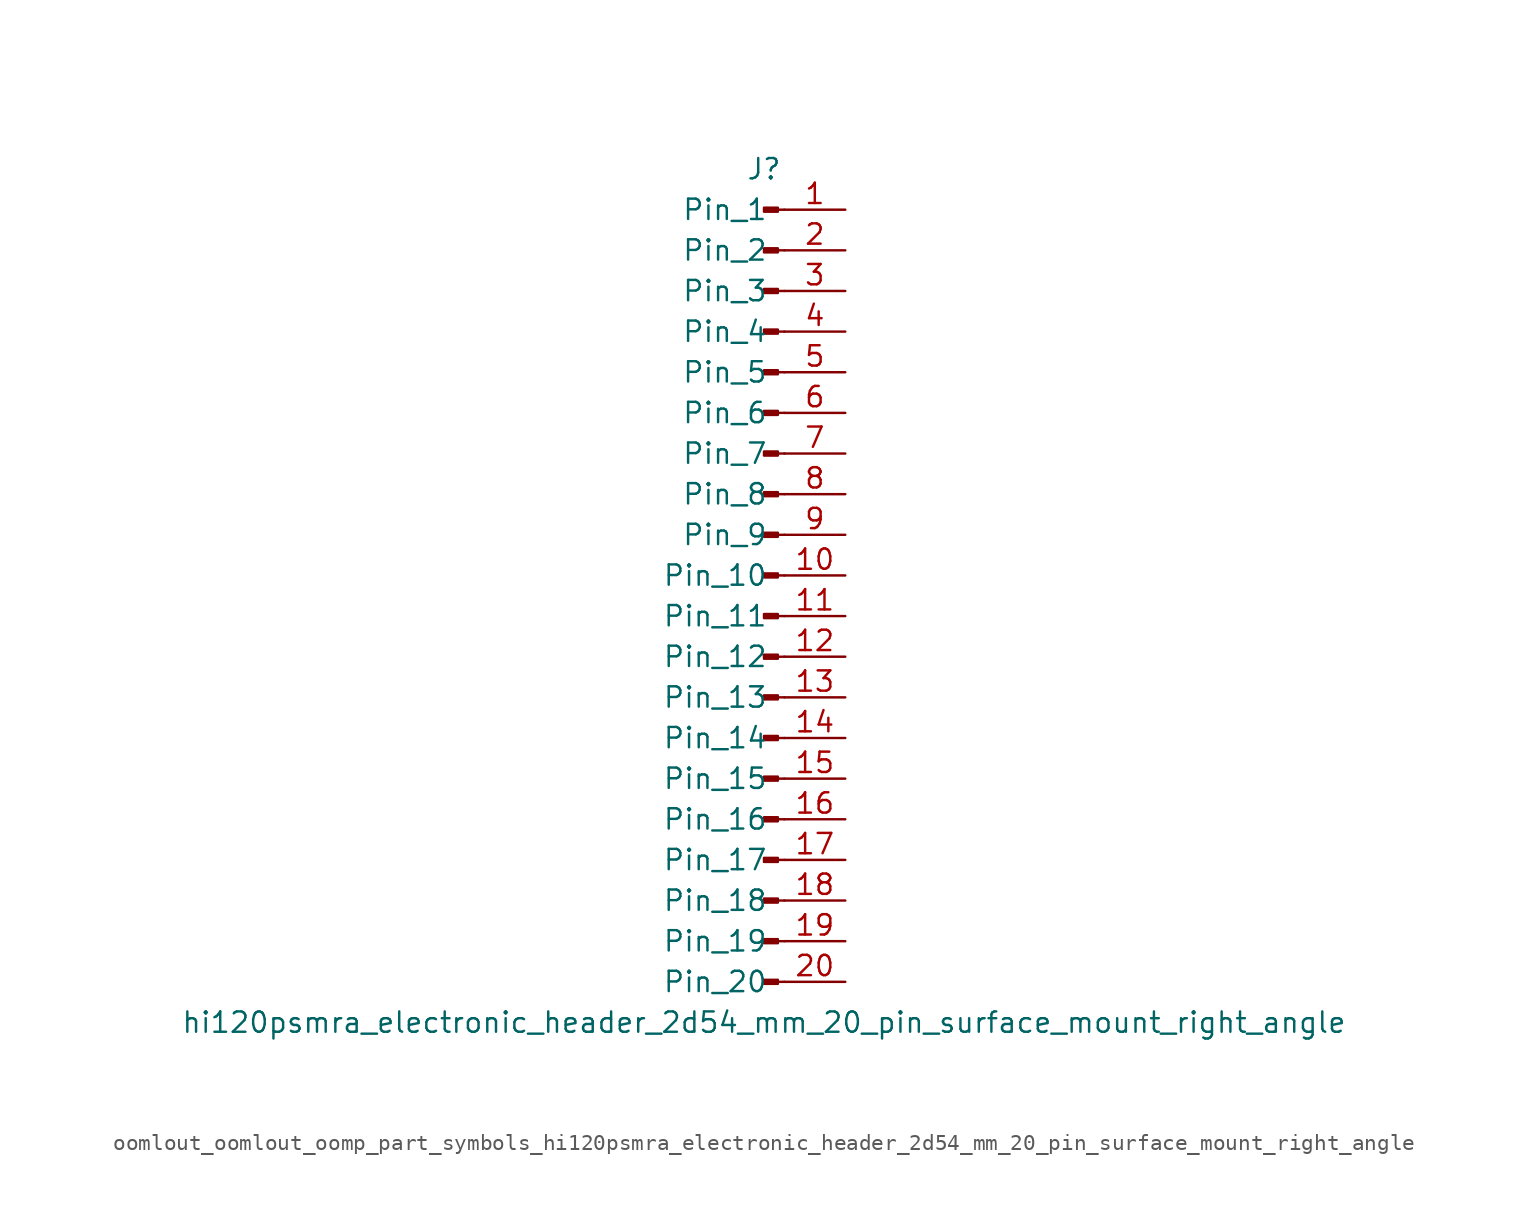
<source format=kicad_sym>
(kicad_symbol_lib
  (version 20220914)
  (generator kicad_symbol_editor)
  (symbol "oomlout_oomlout_oomp_part_symbols_hi120psmra_electronic_header_2d54_mm_20_pin_surface_mount_right_angle"
    (pin_names
      (offset 1.016))
    (property "Reference" "J"
      (at 0 25.4 0)
      (effects (font (size 1.27 1.27))))
    (property "Value" "hi120psmra_electronic_header_2d54_mm_20_pin_surface_mount_right_angle"
      (at 0 -27.94 0)
      (effects (font (size 1.27 1.27))))
    (property "ki_locked" ""
      (at 0 0 0)
      (effects (font (size 1.27 1.27))))
    (symbol "oomlout_oomlout_oomp_part_symbols_hi120psmra_electronic_header_2d54_mm_20_pin_surface_mount_right_angle_1_1"
      (polyline (pts (xy 1.27 -25.4) (xy 0.864 -25.4)) (stroke (width 0.152) (type default)) (fill (type none)))
      (polyline (pts (xy 1.27 -22.86) (xy 0.864 -22.86)) (stroke (width 0.152) (type default)) (fill (type none)))
      (polyline (pts (xy 1.27 -20.32) (xy 0.864 -20.32)) (stroke (width 0.152) (type default)) (fill (type none)))
      (polyline (pts (xy 1.27 -17.78) (xy 0.864 -17.78)) (stroke (width 0.152) (type default)) (fill (type none)))
      (polyline (pts (xy 1.27 -15.24) (xy 0.864 -15.24)) (stroke (width 0.152) (type default)) (fill (type none)))
      (polyline (pts (xy 1.27 -12.7) (xy 0.864 -12.7)) (stroke (width 0.152) (type default)) (fill (type none)))
      (polyline (pts (xy 1.27 -10.16) (xy 0.864 -10.16)) (stroke (width 0.152) (type default)) (fill (type none)))
      (polyline (pts (xy 1.27 -7.62) (xy 0.864 -7.62)) (stroke (width 0.152) (type default)) (fill (type none)))
      (polyline (pts (xy 1.27 -5.08) (xy 0.864 -5.08)) (stroke (width 0.152) (type default)) (fill (type none)))
      (polyline (pts (xy 1.27 -2.54) (xy 0.864 -2.54)) (stroke (width 0.152) (type default)) (fill (type none)))
      (polyline (pts (xy 1.27 0) (xy 0.864 0)) (stroke (width 0.152) (type default)) (fill (type none)))
      (polyline (pts (xy 1.27 2.54) (xy 0.864 2.54)) (stroke (width 0.152) (type default)) (fill (type none)))
      (polyline (pts (xy 1.27 5.08) (xy 0.864 5.08)) (stroke (width 0.152) (type default)) (fill (type none)))
      (polyline (pts (xy 1.27 7.62) (xy 0.864 7.62)) (stroke (width 0.152) (type default)) (fill (type none)))
      (polyline (pts (xy 1.27 10.16) (xy 0.864 10.16)) (stroke (width 0.152) (type default)) (fill (type none)))
      (polyline (pts (xy 1.27 12.7) (xy 0.864 12.7)) (stroke (width 0.152) (type default)) (fill (type none)))
      (polyline (pts (xy 1.27 15.24) (xy 0.864 15.24)) (stroke (width 0.152) (type default)) (fill (type none)))
      (polyline (pts (xy 1.27 17.78) (xy 0.864 17.78)) (stroke (width 0.152) (type default)) (fill (type none)))
      (polyline (pts (xy 1.27 20.32) (xy 0.864 20.32)) (stroke (width 0.152) (type default)) (fill (type none)))
      (polyline (pts (xy 1.27 22.86) (xy 0.864 22.86)) (stroke (width 0.152) (type default)) (fill (type none)))
      (rectangle (start 0.864 -25.273) (end 0 -25.527) (stroke (width 0.152) (type default)) (fill (type outline)))
      (rectangle (start 0.864 -22.733) (end 0 -22.987) (stroke (width 0.152) (type default)) (fill (type outline)))
      (rectangle (start 0.864 -20.193) (end 0 -20.447) (stroke (width 0.152) (type default)) (fill (type outline)))
      (rectangle (start 0.864 -17.653) (end 0 -17.907) (stroke (width 0.152) (type default)) (fill (type outline)))
      (rectangle (start 0.864 -15.113) (end 0 -15.367) (stroke (width 0.152) (type default)) (fill (type outline)))
      (rectangle (start 0.864 -12.573) (end 0 -12.827) (stroke (width 0.152) (type default)) (fill (type outline)))
      (rectangle (start 0.864 -10.033) (end 0 -10.287) (stroke (width 0.152) (type default)) (fill (type outline)))
      (rectangle (start 0.864 -7.493) (end 0 -7.747) (stroke (width 0.152) (type default)) (fill (type outline)))
      (rectangle (start 0.864 -4.953) (end 0 -5.207) (stroke (width 0.152) (type default)) (fill (type outline)))
      (rectangle (start 0.864 -2.413) (end 0 -2.667) (stroke (width 0.152) (type default)) (fill (type outline)))
      (rectangle (start 0.864 0.127) (end 0 -0.127) (stroke (width 0.152) (type default)) (fill (type outline)))
      (rectangle (start 0.864 2.667) (end 0 2.413) (stroke (width 0.152) (type default)) (fill (type outline)))
      (rectangle (start 0.864 5.207) (end 0 4.953) (stroke (width 0.152) (type default)) (fill (type outline)))
      (rectangle (start 0.864 7.747) (end 0 7.493) (stroke (width 0.152) (type default)) (fill (type outline)))
      (rectangle (start 0.864 10.287) (end 0 10.033) (stroke (width 0.152) (type default)) (fill (type outline)))
      (rectangle (start 0.864 12.827) (end 0 12.573) (stroke (width 0.152) (type default)) (fill (type outline)))
      (rectangle (start 0.864 15.367) (end 0 15.113) (stroke (width 0.152) (type default)) (fill (type outline)))
      (rectangle (start 0.864 17.907) (end 0 17.653) (stroke (width 0.152) (type default)) (fill (type outline)))
      (rectangle (start 0.864 20.447) (end 0 20.193) (stroke (width 0.152) (type default)) (fill (type outline)))
      (rectangle (start 0.864 22.987) (end 0 22.733) (stroke (width 0.152) (type default)) (fill (type outline)))
      (pin passive line (at 5.08 22.86 180) (length 3.81) (name "Pin_1" (effects (font (size 1.27 1.27)))) (number "1" (effects (font (size 1.27 1.27)))))
      (pin passive line (at 5.08 0 180) (length 3.81) (name "Pin_10" (effects (font (size 1.27 1.27)))) (number "10" (effects (font (size 1.27 1.27)))))
      (pin passive line (at 5.08 -2.54 180) (length 3.81) (name "Pin_11" (effects (font (size 1.27 1.27)))) (number "11" (effects (font (size 1.27 1.27)))))
      (pin passive line (at 5.08 -5.08 180) (length 3.81) (name "Pin_12" (effects (font (size 1.27 1.27)))) (number "12" (effects (font (size 1.27 1.27)))))
      (pin passive line (at 5.08 -7.62 180) (length 3.81) (name "Pin_13" (effects (font (size 1.27 1.27)))) (number "13" (effects (font (size 1.27 1.27)))))
      (pin passive line (at 5.08 -10.16 180) (length 3.81) (name "Pin_14" (effects (font (size 1.27 1.27)))) (number "14" (effects (font (size 1.27 1.27)))))
      (pin passive line (at 5.08 -12.7 180) (length 3.81) (name "Pin_15" (effects (font (size 1.27 1.27)))) (number "15" (effects (font (size 1.27 1.27)))))
      (pin passive line (at 5.08 -15.24 180) (length 3.81) (name "Pin_16" (effects (font (size 1.27 1.27)))) (number "16" (effects (font (size 1.27 1.27)))))
      (pin passive line (at 5.08 -17.78 180) (length 3.81) (name "Pin_17" (effects (font (size 1.27 1.27)))) (number "17" (effects (font (size 1.27 1.27)))))
      (pin passive line (at 5.08 -20.32 180) (length 3.81) (name "Pin_18" (effects (font (size 1.27 1.27)))) (number "18" (effects (font (size 1.27 1.27)))))
      (pin passive line (at 5.08 -22.86 180) (length 3.81) (name "Pin_19" (effects (font (size 1.27 1.27)))) (number "19" (effects (font (size 1.27 1.27)))))
      (pin passive line (at 5.08 20.32 180) (length 3.81) (name "Pin_2" (effects (font (size 1.27 1.27)))) (number "2" (effects (font (size 1.27 1.27)))))
      (pin passive line (at 5.08 -25.4 180) (length 3.81) (name "Pin_20" (effects (font (size 1.27 1.27)))) (number "20" (effects (font (size 1.27 1.27)))))
      (pin passive line (at 5.08 17.78 180) (length 3.81) (name "Pin_3" (effects (font (size 1.27 1.27)))) (number "3" (effects (font (size 1.27 1.27)))))
      (pin passive line (at 5.08 15.24 180) (length 3.81) (name "Pin_4" (effects (font (size 1.27 1.27)))) (number "4" (effects (font (size 1.27 1.27)))))
      (pin passive line (at 5.08 12.7 180) (length 3.81) (name "Pin_5" (effects (font (size 1.27 1.27)))) (number "5" (effects (font (size 1.27 1.27)))))
      (pin passive line (at 5.08 10.16 180) (length 3.81) (name "Pin_6" (effects (font (size 1.27 1.27)))) (number "6" (effects (font (size 1.27 1.27)))))
      (pin passive line (at 5.08 7.62 180) (length 3.81) (name "Pin_7" (effects (font (size 1.27 1.27)))) (number "7" (effects (font (size 1.27 1.27)))))
      (pin passive line (at 5.08 5.08 180) (length 3.81) (name "Pin_8" (effects (font (size 1.27 1.27)))) (number "8" (effects (font (size 1.27 1.27)))))
      (pin passive line (at 5.08 2.54 180) (length 3.81) (name "Pin_9" (effects (font (size 1.27 1.27)))) (number "9" (effects (font (size 1.27 1.27))))))))
</source>
